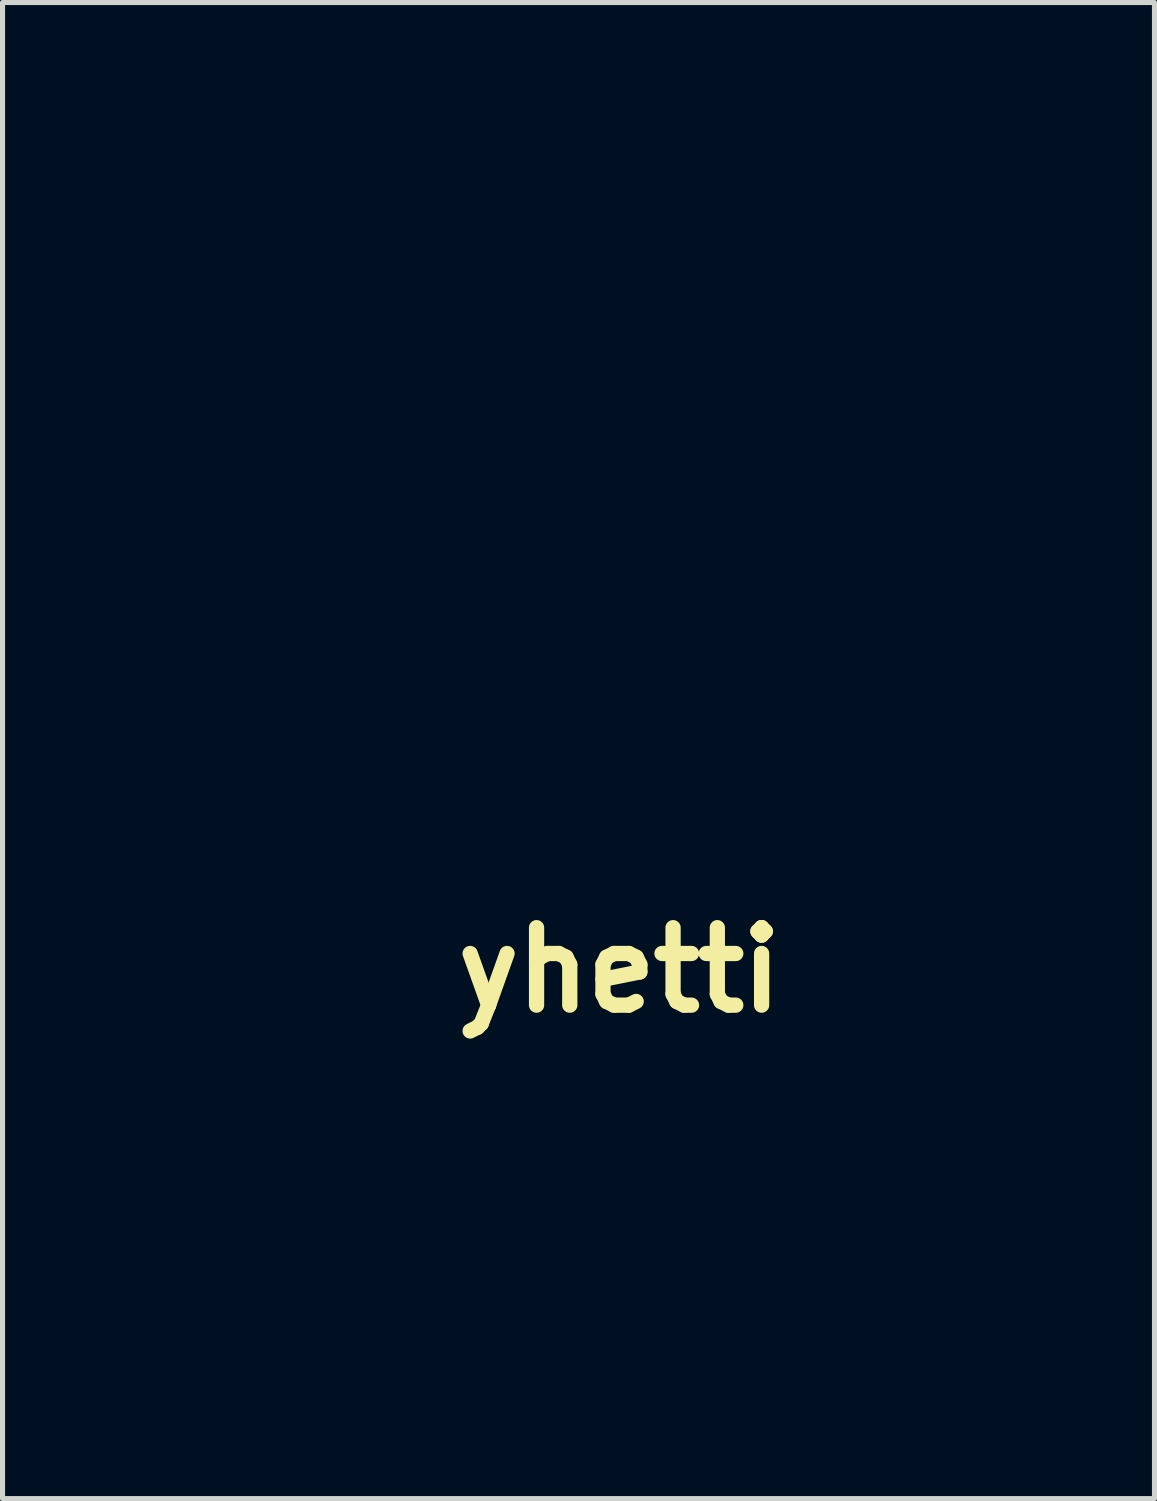
<source format=kicad_pcb>
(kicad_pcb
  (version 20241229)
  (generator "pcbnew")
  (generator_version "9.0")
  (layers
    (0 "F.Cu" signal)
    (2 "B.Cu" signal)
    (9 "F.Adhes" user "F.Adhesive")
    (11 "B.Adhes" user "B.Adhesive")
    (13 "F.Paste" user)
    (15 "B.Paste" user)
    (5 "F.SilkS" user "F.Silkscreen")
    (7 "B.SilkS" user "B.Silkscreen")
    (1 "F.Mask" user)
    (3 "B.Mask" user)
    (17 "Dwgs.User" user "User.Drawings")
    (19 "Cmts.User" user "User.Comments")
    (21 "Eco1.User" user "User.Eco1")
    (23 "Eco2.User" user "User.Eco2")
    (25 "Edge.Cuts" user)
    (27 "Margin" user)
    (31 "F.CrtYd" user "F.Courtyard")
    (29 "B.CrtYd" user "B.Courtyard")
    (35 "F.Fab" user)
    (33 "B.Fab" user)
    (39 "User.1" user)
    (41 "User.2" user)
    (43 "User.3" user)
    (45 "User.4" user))
  (footprint "yhetti"
    (layer "F.Cu")
    (at 9.137 16.032)
    (property "Reference" "yhetti" (at 0 0 0) (layer "F.SilkS") (effects (font (size 1.524 1.524) (thickness 0.3))))
    (attr through_hole)
    (fp_poly (pts (xy -8.558 3.916) (xy -8.539 3.926) (xy -8.514 3.947) (xy -8.48 3.982) (xy -8.435 4.034) (xy -8.426 4.045) (xy -8.331 4.151) (xy -8.246 4.239) (xy -8.167 4.311) (xy -8.09 4.369) (xy -8.011 4.418) (xy -7.928 4.46) (xy -7.843 4.494) (xy -7.544 4.596) (xy -7.235 4.684) (xy -6.912 4.76) (xy -6.571 4.823) (xy -6.391 4.851) (xy -6.251 4.871) (xy -6.121 4.888) (xy -6 4.904) (xy -5.884 4.917) (xy -5.771 4.928) (xy -5.657 4.938) (xy -5.541 4.946) (xy -5.42 4.953) (xy -5.29 4.959) (xy -5.149 4.964) (xy -4.995 4.968) (xy -4.823 4.971) (xy -4.633 4.974) (xy -4.421 4.976) (xy -4.361 4.976) (xy -3.51 4.985) (xy -3.448 5.023) (xy -3.388 5.074) (xy -3.345 5.142) (xy -3.321 5.222) (xy -3.318 5.242) (xy -3.324 5.309) (xy -3.35 5.376) (xy -3.392 5.438) (xy -3.44 5.48) (xy -3.495 5.518) (xy -3.916 5.52) (xy -4.036 5.52) (xy -4.165 5.519) (xy -4.297 5.518) (xy -4.424 5.516) (xy -4.54 5.514) (xy -4.638 5.512) (xy -4.648 5.511) (xy -4.982 5.498) (xy -5.301 5.479) (xy -5.604 5.455) (xy -5.888 5.426) (xy -6.151 5.392) (xy -6.318 5.365) (xy -6.572 5.314) (xy -6.836 5.245) (xy -7.104 5.159) (xy -7.37 5.059) (xy -7.624 4.948) (xy -7.788 4.862) (xy -7.943 4.759) (xy -8.093 4.638) (xy -8.238 4.497) (xy -8.381 4.334) (xy -8.524 4.147) (xy -8.533 4.134) (xy -8.579 4.066) (xy -8.609 4.014) (xy -8.623 3.976) (xy -8.621 3.948) (xy -8.605 3.929) (xy -8.593 3.923) (xy -8.575 3.916) (xy -8.558 3.916)) (stroke (width 0.01) (type solid)) (fill yes) (layer "F.Mask"))
    (fp_poly (pts (xy -7.266 1.501) (xy -7.249 1.513) (xy -7.235 1.537) (xy -7.221 1.577) (xy -7.207 1.636) (xy -7.183 1.713) (xy -7.149 1.78) (xy -7.101 1.839) (xy -7.037 1.89) (xy -6.956 1.935) (xy -6.854 1.978) (xy -6.73 2.019) (xy -6.706 2.026) (xy -6.628 2.049) (xy -6.536 2.078) (xy -6.439 2.11) (xy -6.345 2.142) (xy -6.299 2.158) (xy -6.164 2.206) (xy -6.049 2.247) (xy -5.95 2.282) (xy -5.864 2.312) (xy -5.787 2.339) (xy -5.715 2.363) (xy -5.644 2.387) (xy -5.571 2.411) (xy -5.491 2.437) (xy -5.417 2.461) (xy -5.275 2.507) (xy -5.153 2.545) (xy -5.049 2.578) (xy -4.958 2.605) (xy -4.877 2.628) (xy -4.803 2.648) (xy -4.732 2.665) (xy -4.66 2.682) (xy -4.584 2.698) (xy -4.516 2.712) (xy -4.367 2.739) (xy -4.21 2.763) (xy -4.042 2.784) (xy -3.861 2.802) (xy -3.662 2.818) (xy -3.444 2.832) (xy -3.207 2.843) (xy -3.121 2.848) (xy -3.057 2.852) (xy -3.01 2.857) (xy -2.975 2.863) (xy -2.948 2.87) (xy -2.927 2.88) (xy -2.862 2.926) (xy -2.816 2.984) (xy -2.789 3.05) (xy -2.781 3.119) (xy -2.792 3.188) (xy -2.823 3.253) (xy -2.873 3.308) (xy -2.924 3.341) (xy -2.951 3.353) (xy -2.982 3.36) (xy -3.025 3.363) (xy -3.085 3.364) (xy -3.108 3.364) (xy -3.18 3.362) (xy -3.257 3.358) (xy -3.326 3.354) (xy -3.353 3.351) (xy -3.403 3.346) (xy -3.471 3.34) (xy -3.551 3.333) (xy -3.634 3.325) (xy -3.683 3.321) (xy -3.983 3.289) (xy -4.266 3.249) (xy -4.531 3.202) (xy -4.775 3.147) (xy -4.969 3.093) (xy -5.214 3.014) (xy -5.456 2.929) (xy -5.691 2.837) (xy -5.918 2.741) (xy -6.133 2.641) (xy -6.334 2.54) (xy -6.519 2.437) (xy -6.685 2.335) (xy -6.829 2.234) (xy -6.877 2.196) (xy -6.931 2.154) (xy -6.987 2.11) (xy -7.036 2.071) (xy -7.052 2.059) (xy -7.123 1.999) (xy -7.188 1.934) (xy -7.243 1.868) (xy -7.281 1.808) (xy -7.283 1.805) (xy -7.3 1.762) (xy -7.319 1.707) (xy -7.334 1.65) (xy -7.334 1.649) (xy -7.345 1.584) (xy -7.346 1.54) (xy -7.334 1.513) (xy -7.31 1.5) (xy -7.29 1.499) (xy -7.266 1.501)) (stroke (width 0.01) (type solid)) (fill yes) (layer "F.Mask"))
    (fp_poly (pts (xy -5.679 0.161) (xy -5.646 0.184) (xy -5.605 0.224) (xy -5.55 0.281) (xy -5.543 0.289) (xy -5.425 0.416) (xy -5.322 0.526) (xy -5.234 0.619) (xy -5.157 0.696) (xy -5.091 0.76) (xy -5.035 0.811) (xy -4.987 0.852) (xy -4.946 0.882) (xy -4.94 0.886) (xy -4.915 0.904) (xy -4.872 0.935) (xy -4.814 0.978) (xy -4.743 1.03) (xy -4.663 1.09) (xy -4.576 1.155) (xy -4.484 1.224) (xy -4.458 1.244) (xy -4.332 1.339) (xy -4.225 1.42) (xy -4.135 1.488) (xy -4.058 1.545) (xy -3.993 1.592) (xy -3.938 1.631) (xy -3.891 1.662) (xy -3.849 1.688) (xy -3.811 1.71) (xy -3.775 1.728) (xy -3.739 1.745) (xy -3.7 1.762) (xy -3.656 1.78) (xy -3.639 1.787) (xy -3.588 1.808) (xy -3.542 1.826) (xy -3.498 1.842) (xy -3.451 1.859) (xy -3.4 1.876) (xy -3.34 1.896) (xy -3.268 1.918) (xy -3.181 1.945) (xy -3.075 1.977) (xy -2.978 2.006) (xy -2.896 2.031) (xy -2.809 2.058) (xy -2.727 2.083) (xy -2.656 2.105) (xy -2.635 2.112) (xy -2.562 2.135) (xy -2.477 2.16) (xy -2.392 2.184) (xy -2.343 2.197) (xy -2.268 2.218) (xy -2.186 2.241) (xy -2.108 2.263) (xy -2.064 2.276) (xy -1.929 2.315) (xy -1.796 2.351) (xy -1.661 2.385) (xy -1.522 2.417) (xy -1.375 2.447) (xy -1.218 2.477) (xy -1.049 2.507) (xy -0.863 2.537) (xy -0.658 2.569) (xy -0.432 2.601) (xy -0.369 2.61) (xy -0.303 2.618) (xy -0.221 2.624) (xy -0.136 2.628) (xy -0.063 2.629) (xy 0.009 2.629) (xy 0.06 2.631) (xy 0.095 2.634) (xy 0.118 2.64) (xy 0.135 2.648) (xy 0.141 2.653) (xy 0.161 2.674) (xy 0.163 2.697) (xy 0.158 2.713) (xy 0.145 2.75) (xy -0.071 2.753) (xy -0.142 2.754) (xy -0.205 2.754) (xy -0.253 2.753) (xy -0.284 2.752) (xy -0.293 2.751) (xy -0.308 2.747) (xy -0.344 2.741) (xy -0.396 2.735) (xy -0.461 2.727) (xy -0.533 2.72) (xy -0.609 2.713) (xy -0.683 2.707) (xy -0.753 2.701) (xy -0.8 2.698) (xy -1.042 2.681) (xy -1.28 2.655) (xy -1.508 2.621) (xy -1.72 2.58) (xy -1.867 2.545) (xy -1.929 2.528) (xy -2.012 2.504) (xy -2.111 2.474) (xy -2.224 2.438) (xy -2.348 2.399) (xy -2.478 2.357) (xy -2.612 2.314) (xy -2.747 2.27) (xy -2.879 2.226) (xy -3.006 2.183) (xy -3.123 2.144) (xy -3.228 2.107) (xy -3.317 2.076) (xy -3.388 2.05) (xy -3.423 2.036) (xy -3.532 1.989) (xy -3.644 1.938) (xy -3.752 1.886) (xy -3.85 1.835) (xy -3.932 1.787) (xy -3.965 1.767) (xy -3.997 1.745) (xy -4.046 1.71) (xy -4.109 1.664) (xy -4.184 1.609) (xy -4.268 1.546) (xy -4.359 1.478) (xy -4.453 1.408) (xy -4.479 1.388) (xy -4.571 1.318) (xy -4.66 1.251) (xy -4.742 1.19) (xy -4.815 1.135) (xy -4.876 1.09) (xy -4.923 1.055) (xy -4.953 1.033) (xy -4.959 1.029) (xy -5.019 0.988) (xy -5.077 0.942) (xy -5.137 0.891) (xy -5.202 0.83) (xy -5.275 0.757) (xy -5.359 0.67) (xy -5.432 0.593) (xy -5.519 0.499) (xy -5.591 0.422) (xy -5.648 0.359) (xy -5.693 0.31) (xy -5.725 0.272) (xy -5.747 0.244) (xy -5.76 0.223) (xy -5.766 0.208) (xy -5.766 0.196) (xy -5.76 0.187) (xy -5.752 0.178) (xy -5.746 0.172) (xy -5.725 0.157) (xy -5.704 0.152) (xy -5.679 0.161)) (stroke (width 0.01) (type solid)) (fill yes) (layer "F.Mask"))
    (fp_poly (pts (xy -1.73 -9.174) (xy -1.697 -9.156) (xy -1.671 -9.12) (xy -1.664 -9.077) (xy -1.676 -9.033) (xy -1.686 -9.019) (xy -1.706 -9.005) (xy -1.744 -8.985) (xy -1.796 -8.96) (xy -1.857 -8.935) (xy -1.873 -8.928) (xy -2.131 -8.819) (xy -2.388 -8.695) (xy -2.641 -8.559) (xy -2.887 -8.414) (xy -3.123 -8.26) (xy -3.344 -8.101) (xy -3.549 -7.938) (xy -3.732 -7.774) (xy -3.797 -7.71) (xy -3.88 -7.62) (xy -3.943 -7.536) (xy -3.989 -7.452) (xy -4.02 -7.362) (xy -4.039 -7.261) (xy -4.047 -7.181) (xy -4.049 -7.108) (xy -4.043 -7.044) (xy -4.028 -6.982) (xy -4.001 -6.914) (xy -3.972 -6.853) (xy -3.929 -6.785) (xy -3.87 -6.717) (xy -3.802 -6.655) (xy -3.729 -6.604) (xy -3.658 -6.567) (xy -3.618 -6.554) (xy -3.588 -6.55) (xy -3.537 -6.547) (xy -3.468 -6.545) (xy -3.385 -6.543) (xy -3.292 -6.542) (xy -3.194 -6.541) (xy -3.093 -6.541) (xy -2.993 -6.542) (xy -2.9 -6.543) (xy -2.815 -6.545) (xy -2.744 -6.548) (xy -2.69 -6.551) (xy -2.663 -6.554) (xy -2.563 -6.572) (xy -2.473 -6.593) (xy -2.39 -6.621) (xy -2.307 -6.657) (xy -2.219 -6.704) (xy -2.122 -6.763) (xy -2.04 -6.817) (xy -1.928 -6.896) (xy -1.831 -6.976) (xy -1.75 -7.053) (xy -1.69 -7.125) (xy -1.66 -7.171) (xy -1.634 -7.225) (xy -1.613 -7.28) (xy -1.598 -7.34) (xy -1.587 -7.408) (xy -1.58 -7.489) (xy -1.576 -7.588) (xy -1.575 -7.707) (xy -1.575 -7.716) (xy -1.576 -7.844) (xy -1.58 -7.95) (xy -1.586 -8.037) (xy -1.596 -8.11) (xy -1.61 -8.172) (xy -1.628 -8.226) (xy -1.637 -8.249) (xy -1.662 -8.306) (xy -1.771 -8.306) (xy -1.88 -8.301) (xy -2.004 -8.287) (xy -2.137 -8.265) (xy -2.272 -8.237) (xy -2.401 -8.204) (xy -2.516 -8.168) (xy -2.559 -8.152) (xy -2.638 -8.119) (xy -2.732 -8.074) (xy -2.833 -8.022) (xy -2.937 -7.966) (xy -3.035 -7.909) (xy -3.123 -7.855) (xy -3.149 -7.838) (xy -3.213 -7.792) (xy -3.259 -7.751) (xy -3.291 -7.71) (xy -3.295 -7.703) (xy -3.312 -7.675) (xy -3.323 -7.65) (xy -3.33 -7.622) (xy -3.333 -7.584) (xy -3.334 -7.531) (xy -3.334 -7.5) (xy -3.333 -7.427) (xy -3.328 -7.371) (xy -3.319 -7.321) (xy -3.305 -7.27) (xy -3.304 -7.268) (xy -3.279 -7.202) (xy -3.254 -7.157) (xy -3.223 -7.129) (xy -3.183 -7.112) (xy -3.142 -7.105) (xy -3.062 -7.1) (xy -2.965 -7.101) (xy -2.859 -7.108) (xy -2.75 -7.119) (xy -2.646 -7.135) (xy -2.556 -7.155) (xy -2.527 -7.163) (xy -2.468 -7.184) (xy -2.408 -7.214) (xy -2.353 -7.247) (xy -2.308 -7.281) (xy -2.279 -7.311) (xy -2.273 -7.322) (xy -2.269 -7.347) (xy -2.265 -7.391) (xy -2.263 -7.449) (xy -2.262 -7.515) (xy -2.262 -7.582) (xy -2.264 -7.645) (xy -2.266 -7.699) (xy -2.27 -7.737) (xy -2.272 -7.747) (xy -2.279 -7.764) (xy -2.292 -7.774) (xy -2.316 -7.779) (xy -2.36 -7.782) (xy -2.366 -7.783) (xy -2.43 -7.781) (xy -2.502 -7.771) (xy -2.578 -7.753) (xy -2.639 -7.737) (xy -2.68 -7.729) (xy -2.706 -7.728) (xy -2.722 -7.733) (xy -2.724 -7.735) (xy -2.742 -7.761) (xy -2.735 -7.791) (xy -2.732 -7.796) (xy -2.712 -7.81) (xy -2.672 -7.826) (xy -2.618 -7.842) (xy -2.554 -7.858) (xy -2.487 -7.871) (xy -2.421 -7.88) (xy -2.387 -7.882) (xy -2.331 -7.886) (xy -2.293 -7.886) (xy -2.268 -7.882) (xy -2.249 -7.874) (xy -2.23 -7.86) (xy -2.228 -7.858) (xy -2.195 -7.818) (xy -2.175 -7.763) (xy -2.174 -7.76) (xy -2.168 -7.717) (xy -2.163 -7.657) (xy -2.16 -7.586) (xy -2.159 -7.511) (xy -2.161 -7.439) (xy -2.164 -7.376) (xy -2.169 -7.328) (xy -2.172 -7.312) (xy -2.198 -7.261) (xy -2.245 -7.21) (xy -2.309 -7.16) (xy -2.386 -7.115) (xy -2.473 -7.078) (xy -2.546 -7.055) (xy -2.635 -7.036) (xy -2.733 -7.021) (xy -2.836 -7.011) (xy -2.939 -7.005) (xy -3.037 -7.004) (xy -3.125 -7.008) (xy -3.198 -7.017) (xy -3.249 -7.03) (xy -3.299 -7.063) (xy -3.343 -7.117) (xy -3.379 -7.189) (xy -3.407 -7.274) (xy -3.426 -7.37) (xy -3.433 -7.473) (xy -3.429 -7.578) (xy -3.428 -7.589) (xy -3.417 -7.659) (xy -3.4 -7.717) (xy -3.372 -7.768) (xy -3.332 -7.816) (xy -3.277 -7.865) (xy -3.202 -7.918) (xy -3.165 -7.943) (xy -3.089 -7.991) (xy -2.998 -8.043) (xy -2.901 -8.097) (xy -2.803 -8.148) (xy -2.71 -8.193) (xy -2.63 -8.23) (xy -2.603 -8.241) (xy -2.493 -8.279) (xy -2.365 -8.315) (xy -2.225 -8.347) (xy -2.081 -8.373) (xy -1.939 -8.392) (xy -1.829 -8.402) (xy -1.746 -8.405) (xy -1.684 -8.403) (xy -1.638 -8.393) (xy -1.605 -8.375) (xy -1.579 -8.346) (xy -1.557 -8.305) (xy -1.556 -8.303) (xy -1.534 -8.252) (xy -1.517 -8.204) (xy -1.503 -8.153) (xy -1.494 -8.097) (xy -1.487 -8.032) (xy -1.483 -7.953) (xy -1.481 -7.857) (xy -1.48 -7.739) (xy -1.48 -7.734) (xy -1.48 -7.618) (xy -1.482 -7.524) (xy -1.485 -7.447) (xy -1.491 -7.383) (xy -1.499 -7.33) (xy -1.511 -7.281) (xy -1.527 -7.235) (xy -1.548 -7.187) (xy -1.563 -7.153) (xy -1.602 -7.083) (xy -1.651 -7.016) (xy -1.712 -6.95) (xy -1.787 -6.882) (xy -1.881 -6.81) (xy -1.994 -6.731) (xy -2.104 -6.66) (xy -2.2 -6.603) (xy -2.287 -6.559) (xy -2.37 -6.524) (xy -2.455 -6.497) (xy -2.548 -6.477) (xy -2.652 -6.46) (xy -2.667 -6.458) (xy -2.724 -6.452) (xy -2.8 -6.447) (xy -2.89 -6.443) (xy -2.989 -6.441) (xy -3.095 -6.44) (xy -3.201 -6.439) (xy -3.305 -6.44) (xy -3.403 -6.442) (xy -3.489 -6.446) (xy -3.56 -6.45) (xy -3.612 -6.455) (xy -3.629 -6.458) (xy -3.716 -6.488) (xy -3.794 -6.532) (xy -3.898 -6.609) (xy -3.981 -6.693) (xy -4.047 -6.789) (xy -4.102 -6.903) (xy -4.11 -6.921) (xy -4.124 -6.959) (xy -4.134 -6.991) (xy -4.14 -7.024) (xy -4.144 -7.062) (xy -4.146 -7.111) (xy -4.146 -7.178) (xy -4.146 -7.214) (xy -4.143 -7.32) (xy -4.135 -7.412) (xy -4.119 -7.493) (xy -4.094 -7.567) (xy -4.058 -7.638) (xy -4.009 -7.71) (xy -3.945 -7.787) (xy -3.863 -7.873) (xy -3.806 -7.931) (xy -3.602 -8.121) (xy -3.38 -8.305) (xy -3.145 -8.481) (xy -2.901 -8.645) (xy -2.653 -8.794) (xy -2.406 -8.925) (xy -2.235 -9.004) (xy -2.152 -9.04) (xy -2.067 -9.074) (xy -1.986 -9.106) (xy -1.911 -9.135) (xy -1.848 -9.158) (xy -1.798 -9.174) (xy -1.767 -9.182) (xy -1.761 -9.182) (xy -1.73 -9.174)) (stroke (width 0.01) (type solid)) (fill yes) (layer "F.Mask"))
    (fp_poly (pts (xy 2.469 -8.81) (xy 2.477 -8.803) (xy 2.507 -8.779) (xy 2.461 -8.703) (xy 2.434 -8.659) (xy 2.412 -8.617) (xy 2.4 -8.59) (xy 2.386 -8.537) (xy 2.376 -8.458) (xy 2.37 -8.356) (xy 2.368 -8.23) (xy 2.37 -8.081) (xy 2.371 -8.049) (xy 2.379 -7.76) (xy 2.63 -7.76) (xy 2.774 -7.847) (xy 2.835 -7.885) (xy 2.91 -7.934) (xy 2.989 -7.988) (xy 3.066 -8.042) (xy 3.1 -8.067) (xy 3.204 -8.142) (xy 3.293 -8.203) (xy 3.369 -8.254) (xy 3.439 -8.296) (xy 3.506 -8.332) (xy 3.574 -8.364) (xy 3.647 -8.395) (xy 3.73 -8.427) (xy 3.746 -8.433) (xy 3.815 -8.455) (xy 3.864 -8.465) (xy 3.895 -8.461) (xy 3.908 -8.444) (xy 3.909 -8.424) (xy 3.906 -8.41) (xy 3.896 -8.397) (xy 3.876 -8.384) (xy 3.843 -8.368) (xy 3.793 -8.346) (xy 3.74 -8.325) (xy 3.672 -8.298) (xy 3.605 -8.269) (xy 3.546 -8.242) (xy 3.502 -8.221) (xy 3.499 -8.219) (xy 3.471 -8.202) (xy 3.427 -8.174) (xy 3.371 -8.136) (xy 3.305 -8.091) (xy 3.234 -8.042) (xy 3.16 -7.99) (xy 3.088 -7.939) (xy 3.021 -7.891) (xy 2.962 -7.849) (xy 2.914 -7.813) (xy 2.882 -7.789) (xy 2.871 -7.779) (xy 2.868 -7.773) (xy 2.873 -7.769) (xy 2.889 -7.766) (xy 2.917 -7.765) (xy 2.962 -7.764) (xy 3.024 -7.764) (xy 3.108 -7.765) (xy 3.188 -7.767) (xy 3.388 -7.771) (xy 3.565 -7.776) (xy 3.721 -7.781) (xy 3.858 -7.786) (xy 3.979 -7.793) (xy 4.085 -7.8) (xy 4.179 -7.809) (xy 4.263 -7.82) (xy 4.339 -7.832) (xy 4.409 -7.847) (xy 4.477 -7.864) (xy 4.543 -7.883) (xy 4.61 -7.905) (xy 4.655 -7.921) (xy 4.732 -7.947) (xy 4.79 -7.964) (xy 4.833 -7.972) (xy 4.864 -7.971) (xy 4.889 -7.961) (xy 4.908 -7.946) (xy 4.935 -7.904) (xy 4.939 -7.859) (xy 4.92 -7.816) (xy 4.911 -7.806) (xy 4.885 -7.788) (xy 4.839 -7.766) (xy 4.777 -7.741) (xy 4.704 -7.714) (xy 4.625 -7.688) (xy 4.544 -7.664) (xy 4.467 -7.643) (xy 4.445 -7.638) (xy 4.378 -7.624) (xy 4.308 -7.612) (xy 4.234 -7.601) (xy 4.152 -7.593) (xy 4.061 -7.586) (xy 3.959 -7.58) (xy 3.842 -7.576) (xy 3.709 -7.573) (xy 3.558 -7.571) (xy 3.386 -7.57) (xy 3.209 -7.569) (xy 2.526 -7.569) (xy 2.457 -7.525) (xy 2.388 -7.481) (xy 2.388 -7.316) (xy 2.473 -7.248) (xy 2.561 -7.171) (xy 2.651 -7.081) (xy 2.735 -6.987) (xy 2.799 -6.902) (xy 2.835 -6.854) (xy 2.871 -6.806) (xy 2.901 -6.77) (xy 2.905 -6.765) (xy 2.934 -6.724) (xy 2.944 -6.69) (xy 2.934 -6.667) (xy 2.91 -6.657) (xy 2.893 -6.657) (xy 2.875 -6.663) (xy 2.854 -6.679) (xy 2.827 -6.707) (xy 2.792 -6.75) (xy 2.746 -6.809) (xy 2.724 -6.839) (xy 2.672 -6.905) (xy 2.618 -6.969) (xy 2.565 -7.028) (xy 2.515 -7.08) (xy 2.47 -7.122) (xy 2.435 -7.15) (xy 2.41 -7.164) (xy 2.4 -7.162) (xy 2.396 -7.144) (xy 2.392 -7.105) (xy 2.39 -7.049) (xy 2.388 -6.982) (xy 2.387 -6.921) (xy 2.386 -6.809) (xy 2.381 -6.703) (xy 2.374 -6.606) (xy 2.365 -6.521) (xy 2.355 -6.452) (xy 2.343 -6.402) (xy 2.33 -6.375) (xy 2.329 -6.374) (xy 2.296 -6.353) (xy 2.258 -6.355) (xy 2.23 -6.375) (xy 2.222 -6.385) (xy 2.217 -6.398) (xy 2.214 -6.419) (xy 2.213 -6.45) (xy 2.214 -6.496) (xy 2.218 -6.561) (xy 2.222 -6.632) (xy 2.227 -6.729) (xy 2.231 -6.841) (xy 2.233 -6.955) (xy 2.233 -7.061) (xy 2.233 -7.099) (xy 2.231 -7.183) (xy 2.229 -7.245) (xy 2.226 -7.288) (xy 2.223 -7.314) (xy 2.218 -7.328) (xy 2.211 -7.333) (xy 2.21 -7.333) (xy 2.193 -7.325) (xy 2.161 -7.304) (xy 2.117 -7.274) (xy 2.065 -7.237) (xy 2.048 -7.224) (xy 1.98 -7.175) (xy 1.903 -7.122) (xy 1.826 -7.073) (xy 1.767 -7.037) (xy 1.707 -7.004) (xy 1.665 -6.982) (xy 1.637 -6.97) (xy 1.617 -6.967) (xy 1.603 -6.971) (xy 1.601 -6.972) (xy 1.578 -6.994) (xy 1.578 -7.02) (xy 1.602 -7.049) (xy 1.634 -7.071) (xy 1.702 -7.113) (xy 1.775 -7.16) (xy 1.847 -7.209) (xy 1.918 -7.259) (xy 1.983 -7.307) (xy 2.039 -7.351) (xy 2.084 -7.388) (xy 2.115 -7.417) (xy 2.128 -7.435) (xy 2.128 -7.438) (xy 2.118 -7.455) (xy 2.098 -7.486) (xy 2.078 -7.515) (xy 2.044 -7.562) (xy 2.173 -7.562) (xy 2.185 -7.531) (xy 2.185 -7.529) (xy 2.205 -7.51) (xy 2.227 -7.511) (xy 2.24 -7.532) (xy 2.242 -7.544) (xy 2.236 -7.568) (xy 2.214 -7.578) (xy 2.207 -7.58) (xy 2.18 -7.578) (xy 2.173 -7.562) (xy 2.044 -7.562) (xy 2.032 -7.578) (xy 1.908 -7.586) (xy 1.838 -7.59) (xy 1.761 -7.593) (xy 1.692 -7.595) (xy 1.676 -7.595) (xy 1.614 -7.597) (xy 1.54 -7.6) (xy 1.459 -7.606) (xy 1.375 -7.612) (xy 1.292 -7.62) (xy 1.214 -7.628) (xy 1.145 -7.636) (xy 1.09 -7.644) (xy 1.052 -7.652) (xy 1.036 -7.657) (xy 1.019 -7.685) (xy 1.019 -7.719) (xy 1.034 -7.746) (xy 1.046 -7.751) (xy 1.07 -7.754) (xy 1.108 -7.756) (xy 1.163 -7.757) (xy 1.237 -7.757) (xy 1.331 -7.756) (xy 1.448 -7.753) (xy 1.493 -7.753) (xy 1.934 -7.743) (xy 1.927 -7.774) (xy 1.905 -7.876) (xy 1.884 -7.959) (xy 1.864 -8.025) (xy 1.842 -8.081) (xy 1.816 -8.13) (xy 1.783 -8.177) (xy 1.741 -8.227) (xy 1.688 -8.285) (xy 1.667 -8.307) (xy 1.621 -8.356) (xy 1.583 -8.399) (xy 1.554 -8.433) (xy 1.539 -8.453) (xy 1.537 -8.457) (xy 1.546 -8.477) (xy 1.567 -8.498) (xy 1.587 -8.509) (xy 1.59 -8.509) (xy 1.606 -8.5) (xy 1.635 -8.476) (xy 1.673 -8.441) (xy 1.716 -8.399) (xy 1.76 -8.353) (xy 1.802 -8.307) (xy 1.837 -8.266) (xy 1.841 -8.261) (xy 1.902 -8.176) (xy 1.945 -8.093) (xy 1.976 -8.002) (xy 1.988 -7.95) (xy 2 -7.894) (xy 2.014 -7.843) (xy 2.028 -7.804) (xy 2.03 -7.798) (xy 2.042 -7.774) (xy 2.056 -7.761) (xy 2.077 -7.754) (xy 2.114 -7.751) (xy 2.139 -7.75) (xy 2.184 -7.749) (xy 2.219 -7.752) (xy 2.237 -7.756) (xy 2.237 -7.757) (xy 2.24 -7.772) (xy 2.244 -7.809) (xy 2.248 -7.865) (xy 2.252 -7.936) (xy 2.256 -8.02) (xy 2.259 -8.113) (xy 2.26 -8.135) (xy 2.265 -8.269) (xy 2.271 -8.38) (xy 2.277 -8.467) (xy 2.284 -8.53) (xy 2.29 -8.568) (xy 2.315 -8.637) (xy 2.348 -8.705) (xy 2.386 -8.764) (xy 2.413 -8.794) (xy 2.436 -8.815) (xy 2.451 -8.82) (xy 2.469 -8.81)) (stroke (width 0.01) (type solid)) (fill yes) (layer "F.Mask"))
    (fp_poly (pts (xy -0.179 -6.177) (xy -0.164 -6.135) (xy -0.156 -6.077) (xy -0.149 -5.991) (xy -0.093 -5.967) (xy -0.024 -5.943) (xy 0.07 -5.922) (xy 0.186 -5.904) (xy 0.325 -5.888) (xy 0.486 -5.876) (xy 0.666 -5.867) (xy 0.845 -5.862) (xy 0.944 -5.859) (xy 1.042 -5.857) (xy 1.133 -5.854) (xy 1.213 -5.852) (xy 1.277 -5.849) (xy 1.317 -5.847) (xy 1.433 -5.84) (xy 1.422 -5.889) (xy 1.411 -5.952) (xy 1.414 -5.994) (xy 1.429 -6.015) (xy 1.43 -6.016) (xy 1.457 -6.017) (xy 1.481 -5.999) (xy 1.503 -5.958) (xy 1.517 -5.917) (xy 1.543 -5.836) (xy 1.714 -5.82) (xy 1.812 -5.81) (xy 1.898 -5.798) (xy 1.978 -5.783) (xy 2.059 -5.763) (xy 2.148 -5.737) (xy 2.253 -5.703) (xy 2.278 -5.695) (xy 2.444 -5.631) (xy 2.587 -5.559) (xy 2.71 -5.476) (xy 2.814 -5.383) (xy 2.901 -5.277) (xy 2.913 -5.26) (xy 2.948 -5.204) (xy 2.974 -5.157) (xy 2.993 -5.111) (xy 3.004 -5.062) (xy 3.01 -5.002) (xy 3.014 -4.927) (xy 3.014 -4.87) (xy 3.015 -4.797) (xy 3.014 -4.744) (xy 3.012 -4.705) (xy 3.008 -4.677) (xy 3 -4.654) (xy 2.989 -4.63) (xy 2.979 -4.613) (xy 2.951 -4.565) (xy 2.922 -4.524) (xy 2.888 -4.485) (xy 2.847 -4.448) (xy 2.795 -4.408) (xy 2.729 -4.364) (xy 2.646 -4.311) (xy 2.586 -4.274) (xy 2.529 -4.243) (xy 2.47 -4.212) (xy 2.418 -4.189) (xy 2.408 -4.185) (xy 2.358 -4.164) (xy 2.297 -4.139) (xy 2.237 -4.112) (xy 2.23 -4.109) (xy 2.177 -4.087) (xy 2.108 -4.063) (xy 2.033 -4.04) (xy 1.97 -4.024) (xy 1.881 -4.002) (xy 1.813 -3.986) (xy 1.765 -3.973) (xy 1.732 -3.963) (xy 1.712 -3.955) (xy 1.701 -3.947) (xy 1.698 -3.939) (xy 1.698 -3.929) (xy 1.699 -3.921) (xy 1.705 -3.892) (xy 1.717 -3.849) (xy 1.732 -3.798) (xy 1.734 -3.791) (xy 1.751 -3.732) (xy 1.757 -3.691) (xy 1.753 -3.665) (xy 1.731 -3.639) (xy 1.698 -3.628) (xy 1.662 -3.636) (xy 1.65 -3.643) (xy 1.634 -3.668) (xy 1.615 -3.715) (xy 1.596 -3.782) (xy 1.594 -3.79) (xy 1.58 -3.843) (xy 1.568 -3.886) (xy 1.56 -3.914) (xy 1.557 -3.921) (xy 1.542 -3.923) (xy 1.505 -3.921) (xy 1.451 -3.917) (xy 1.382 -3.911) (xy 1.304 -3.903) (xy 1.218 -3.894) (xy 1.13 -3.884) (xy 1.043 -3.873) (xy 0.96 -3.862) (xy 0.886 -3.851) (xy 0.824 -3.841) (xy 0.819 -3.841) (xy 0.789 -3.836) (xy 0.752 -3.832) (xy 0.707 -3.829) (xy 0.65 -3.826) (xy 0.581 -3.823) (xy 0.497 -3.821) (xy 0.396 -3.819) (xy 0.275 -3.817) (xy 0.134 -3.816) (xy -0.031 -3.814) (xy -0.038 -3.814) (xy -0.258 -3.812) (xy -0.454 -3.811) (xy -0.63 -3.812) (xy -0.789 -3.813) (xy -0.931 -3.815) (xy -1.061 -3.819) (xy -1.18 -3.825) (xy -1.291 -3.832) (xy -1.397 -3.841) (xy -1.499 -3.852) (xy -1.601 -3.865) (xy -1.704 -3.88) (xy -1.812 -3.897) (xy -1.927 -3.917) (xy -1.93 -3.918) (xy -2.072 -3.943) (xy -2.19 -3.963) (xy -2.283 -3.979) (xy -2.354 -3.989) (xy -2.402 -3.995) (xy -2.429 -3.996) (xy -2.434 -3.995) (xy -2.455 -3.995) (xy -2.488 -4.003) (xy -2.498 -4.006) (xy -2.532 -4.016) (xy -2.583 -4.028) (xy -2.641 -4.04) (xy -2.667 -4.045) (xy -2.728 -4.056) (xy -2.789 -4.069) (xy -2.837 -4.082) (xy -2.851 -4.086) (xy -2.905 -4.106) (xy -2.973 -4.136) (xy -3.051 -4.174) (xy -3.131 -4.216) (xy -3.208 -4.258) (xy -3.276 -4.298) (xy -3.315 -4.324) (xy -3.365 -4.357) (xy -3.43 -4.396) (xy -3.5 -4.436) (xy -3.557 -4.467) (xy -3.629 -4.506) (xy -3.705 -4.549) (xy -3.779 -4.592) (xy -3.849 -4.635) (xy -3.91 -4.674) (xy -3.957 -4.706) (xy -3.987 -4.73) (xy -3.993 -4.736) (xy -4.023 -4.784) (xy -4.043 -4.849) (xy -4.051 -4.925) (xy -4.051 -4.929) (xy -4.052 -4.971) (xy -4.058 -4.994) (xy -4.068 -5.004) (xy -3.964 -5.004) (xy -3.955 -4.924) (xy -3.948 -4.877) (xy -3.937 -4.837) (xy -3.929 -4.816) (xy -3.904 -4.79) (xy -3.857 -4.754) (xy -3.788 -4.71) (xy -3.7 -4.658) (xy -3.593 -4.598) (xy -3.55 -4.575) (xy -3.48 -4.537) (xy -3.41 -4.497) (xy -3.346 -4.459) (xy -3.296 -4.427) (xy -3.283 -4.418) (xy -3.231 -4.385) (xy -3.167 -4.347) (xy -3.094 -4.307) (xy -3.02 -4.268) (xy -2.948 -4.232) (xy -2.884 -4.203) (xy -2.835 -4.183) (xy -2.819 -4.177) (xy -2.779 -4.167) (xy -2.725 -4.155) (xy -2.666 -4.142) (xy -2.654 -4.14) (xy -2.606 -4.13) (xy -2.568 -4.122) (xy -2.547 -4.117) (xy -2.544 -4.116) (xy -2.532 -4.119) (xy -2.522 -4.123) (xy -2.517 -4.127) (xy -2.512 -4.137) (xy -2.509 -4.156) (xy -2.506 -4.185) (xy -2.504 -4.228) (xy -2.503 -4.286) (xy -2.502 -4.362) (xy -2.502 -4.46) (xy -2.502 -4.567) (xy -2.502 -5.004) (xy -2.401 -5.004) (xy -2.397 -4.55) (xy -2.394 -4.096) (xy -2.159 -4.056) (xy -2.074 -4.042) (xy -1.988 -4.027) (xy -1.908 -4.013) (xy -1.841 -4.002) (xy -1.803 -3.995) (xy -1.695 -3.976) (xy -1.599 -3.96) (xy -1.511 -3.947) (xy -1.427 -3.937) (xy -1.344 -3.929) (xy -1.256 -3.923) (xy -1.16 -3.919) (xy -1.052 -3.916) (xy -0.927 -3.915) (xy -0.783 -3.914) (xy -0.74 -3.913) (xy -0.305 -3.912) (xy -0.179 -3.912) (xy 0.218 -3.912) (xy 0.372 -3.913) (xy 0.501 -3.915) (xy 0.606 -3.919) (xy 0.689 -3.924) (xy 0.743 -3.93) (xy 0.815 -3.94) (xy 0.899 -3.952) (xy 0.978 -3.963) (xy 1.003 -3.967) (xy 1.073 -3.976) (xy 1.147 -3.985) (xy 1.214 -3.992) (xy 1.238 -3.994) (xy 1.304 -3.999) (xy 1.377 -4.007) (xy 1.435 -4.015) (xy 1.53 -4.028) (xy 1.534 -4.573) (xy 1.537 -5.114) (xy 1.634 -5.114) (xy 1.643 -4.687) (xy 1.645 -4.581) (xy 1.648 -4.478) (xy 1.651 -4.382) (xy 1.653 -4.298) (xy 1.656 -4.229) (xy 1.658 -4.18) (xy 1.659 -4.162) (xy 1.662 -4.124) (xy 1.667 -4.096) (xy 1.675 -4.077) (xy 1.691 -4.068) (xy 1.719 -4.066) (xy 1.761 -4.073) (xy 1.82 -4.086) (xy 1.901 -4.106) (xy 1.912 -4.108) (xy 2.056 -4.148) (xy 2.186 -4.195) (xy 2.232 -4.214) (xy 2.291 -4.24) (xy 2.345 -4.264) (xy 2.389 -4.283) (xy 2.413 -4.293) (xy 2.449 -4.31) (xy 2.501 -4.339) (xy 2.562 -4.375) (xy 2.627 -4.415) (xy 2.69 -4.457) (xy 2.746 -4.495) (xy 2.789 -4.527) (xy 2.81 -4.545) (xy 2.849 -4.589) (xy 2.883 -4.643) (xy 2.908 -4.697) (xy 2.921 -4.743) (xy 2.921 -4.752) (xy 2.919 -4.773) (xy 2.91 -4.784) (xy 2.887 -4.787) (xy 2.857 -4.788) (xy 2.786 -4.797) (xy 2.733 -4.823) (xy 2.699 -4.864) (xy 2.685 -4.887) (xy 2.667 -4.898) (xy 2.638 -4.902) (xy 2.613 -4.902) (xy 2.564 -4.9) (xy 2.518 -4.893) (xy 2.502 -4.889) (xy 2.434 -4.882) (xy 2.366 -4.897) (xy 2.305 -4.931) (xy 2.28 -4.954) (xy 2.249 -4.985) (xy 2.222 -5) (xy 2.19 -5.004) (xy 2.186 -5.004) (xy 2.147 -5.01) (xy 2.093 -5.029) (xy 2.023 -5.062) (xy 2.012 -5.067) (xy 1.942 -5.101) (xy 1.885 -5.121) (xy 1.831 -5.131) (xy 1.772 -5.131) (xy 1.699 -5.123) (xy 1.695 -5.122) (xy 1.634 -5.114) (xy 1.537 -5.114) (xy 1.537 -5.118) (xy 0.318 -5.118) (xy 0.3 -5.082) (xy 0.27 -5.052) (xy 0.218 -5.028) (xy 0.144 -5.013) (xy 0.05 -5.005) (xy 0.000191 -5.004) (xy -0.127 -5.004) (xy -0.127 -4.763) (xy -0.129 -4.62) (xy -0.136 -4.459) (xy -0.146 -4.286) (xy -0.16 -4.108) (xy -0.172 -3.985) (xy -0.179 -3.912) (xy -0.305 -3.912) (xy -0.286 -3.941) (xy -0.275 -3.971) (xy -0.265 -4.026) (xy -0.256 -4.106) (xy -0.249 -4.209) (xy -0.242 -4.337) (xy -0.237 -4.487) (xy -0.233 -4.658) (xy -0.226 -5.004) (xy -2.401 -5.004) (xy -2.502 -5.004) (xy -3.964 -5.004) (xy -4.068 -5.004) (xy -4.07 -5.005) (xy -4.077 -5.007) (xy -4.088 -5.013) (xy -4.096 -5.024) (xy -4.1 -5.046) (xy -4.102 -5.083) (xy -4.102 -5.142) (xy -4.102 -5.271) (xy -4.06 -5.271) (xy -4.015 -5.28) (xy -4.005 -5.286) (xy -3.845 -5.286) (xy -3.842 -5.283) (xy -3.827 -5.28) (xy -3.8 -5.277) (xy -3.758 -5.275) (xy -3.701 -5.273) (xy -3.625 -5.272) (xy -3.531 -5.271) (xy -3.415 -5.271) (xy -3.277 -5.271) (xy -3.181 -5.271) (xy -2.511 -5.271) (xy -2.518 -5.35) (xy -2.524 -5.394) (xy -2.535 -5.454) (xy -2.549 -5.523) (xy -2.565 -5.594) (xy -2.566 -5.6) (xy -2.583 -5.672) (xy -2.593 -5.723) (xy -2.597 -5.757) (xy -2.597 -5.78) (xy -2.592 -5.795) (xy -2.591 -5.795) (xy -2.586 -5.806) (xy -2.586 -5.806) (xy -2.531 -5.806) (xy -2.53 -5.805) (xy -2.52 -5.789) (xy -2.507 -5.753) (xy -2.492 -5.701) (xy -2.476 -5.639) (xy -2.46 -5.572) (xy -2.445 -5.503) (xy -2.432 -5.438) (xy -2.425 -5.392) (xy -2.418 -5.343) (xy -2.411 -5.304) (xy -2.406 -5.282) (xy -2.405 -5.28) (xy -2.392 -5.279) (xy -2.355 -5.277) (xy -2.296 -5.276) (xy -2.218 -5.275) (xy -2.121 -5.274) (xy -2.009 -5.273) (xy -1.882 -5.272) (xy -1.743 -5.271) (xy -1.593 -5.271) (xy -1.434 -5.271) (xy -1.314 -5.271) (xy -0.229 -5.271) (xy -0.229 -5.534) (xy -0.229 -5.624) (xy -0.23 -5.692) (xy -0.231 -5.738) (xy -0.13 -5.738) (xy -0.13 -5.683) (xy -0.129 -5.618) (xy -0.128 -5.548) (xy -0.126 -5.478) (xy -0.124 -5.411) (xy -0.123 -5.354) (xy -0.121 -5.31) (xy -0.119 -5.285) (xy -0.118 -5.28) (xy -0.104 -5.275) (xy -0.071 -5.272) (xy -0.031 -5.271) (xy 0.013 -5.271) (xy 0.04 -5.275) (xy 0.056 -5.286) (xy 0.068 -5.304) (xy 0.069 -5.307) (xy 0.094 -5.341) (xy 0.122 -5.365) (xy 0.131 -5.37) (xy 0.143 -5.374) (xy 0.159 -5.378) (xy 0.183 -5.381) (xy 0.216 -5.383) (xy 0.26 -5.384) (xy 0.318 -5.385) (xy 0.391 -5.386) (xy 0.481 -5.386) (xy 0.591 -5.386) (xy 0.722 -5.386) (xy 0.847 -5.386) (xy 0.976 -5.385) (xy 1.098 -5.385) (xy 1.21 -5.385) (xy 1.309 -5.385) (xy 1.393 -5.386) (xy 1.46 -5.386) (xy 1.507 -5.387) (xy 1.533 -5.388) (xy 1.537 -5.388) (xy 1.534 -5.415) (xy 1.527 -5.458) (xy 1.516 -5.511) (xy 1.504 -5.569) (xy 1.491 -5.626) (xy 1.478 -5.676) (xy 1.468 -5.713) (xy 1.46 -5.732) (xy 1.571 -5.732) (xy 1.58 -5.688) (xy 1.587 -5.657) (xy 1.596 -5.609) (xy 1.606 -5.551) (xy 1.612 -5.519) (xy 1.634 -5.392) (xy 1.8 -5.392) (xy 1.966 -5.391) (xy 2.085 -5.329) (xy 2.139 -5.302) (xy 2.176 -5.285) (xy 2.203 -5.277) (xy 2.225 -5.275) (xy 2.247 -5.28) (xy 2.255 -5.282) (xy 2.295 -5.291) (xy 2.331 -5.296) (xy 2.336 -5.296) (xy 2.381 -5.287) (xy 2.43 -5.264) (xy 2.473 -5.232) (xy 2.493 -5.207) (xy 2.505 -5.189) (xy 2.518 -5.178) (xy 2.538 -5.172) (xy 2.571 -5.169) (xy 2.623 -5.169) (xy 2.626 -5.169) (xy 2.682 -5.168) (xy 2.722 -5.164) (xy 2.754 -5.155) (xy 2.789 -5.139) (xy 2.813 -5.125) (xy 2.852 -5.103) (xy 2.88 -5.088) (xy 2.893 -5.081) (xy 2.893 -5.081) (xy 2.893 -5.09) (xy 2.889 -5.109) (xy 2.875 -5.137) (xy 2.849 -5.179) (xy 2.816 -5.226) (xy 2.78 -5.274) (xy 2.746 -5.316) (xy 2.729 -5.334) (xy 2.697 -5.362) (xy 2.649 -5.398) (xy 2.593 -5.438) (xy 2.535 -5.477) (xy 2.48 -5.511) (xy 2.462 -5.522) (xy 2.429 -5.537) (xy 2.377 -5.557) (xy 2.311 -5.581) (xy 2.237 -5.606) (xy 2.158 -5.631) (xy 2.082 -5.654) (xy 2.012 -5.674) (xy 1.954 -5.689) (xy 1.93 -5.695) (xy 1.874 -5.704) (xy 1.804 -5.713) (xy 1.732 -5.72) (xy 1.703 -5.723) (xy 1.571 -5.732) (xy 1.46 -5.732) (xy 1.46 -5.732) (xy 1.46 -5.732) (xy 1.446 -5.734) (xy 1.409 -5.737) (xy 1.351 -5.738) (xy 1.277 -5.74) (xy 1.187 -5.741) (xy 1.086 -5.742) (xy 0.975 -5.742) (xy 0.906 -5.742) (xy 0.753 -5.742) (xy 0.623 -5.742) (xy 0.511 -5.744) (xy 0.416 -5.746) (xy 0.335 -5.749) (xy 0.263 -5.753) (xy 0.199 -5.759) (xy 0.139 -5.766) (xy 0.08 -5.775) (xy 0.019 -5.786) (xy 0.003 -5.789) (xy -0.062 -5.8) (xy -0.104 -5.805) (xy -0.125 -5.803) (xy -0.129 -5.799) (xy -0.13 -5.778) (xy -0.13 -5.738) (xy -0.231 -5.738) (xy -0.231 -5.743) (xy -0.234 -5.779) (xy -0.239 -5.806) (xy -0.245 -5.826) (xy -0.253 -5.844) (xy -0.254 -5.845) (xy -0.27 -5.881) (xy -0.279 -5.91) (xy -0.279 -5.916) (xy -0.289 -5.934) (xy -0.319 -5.952) (xy -0.346 -5.963) (xy -0.366 -5.969) (xy -0.388 -5.974) (xy -0.415 -5.978) (xy -0.451 -5.981) (xy -0.497 -5.984) (xy -0.557 -5.986) (xy -0.633 -5.988) (xy -0.728 -5.989) (xy -0.844 -5.991) (xy -0.891 -5.991) (xy -1.023 -5.992) (xy -1.133 -5.993) (xy -1.225 -5.993) (xy -1.303 -5.991) (xy -1.371 -5.988) (xy -1.432 -5.983) (xy -1.491 -5.976) (xy -1.551 -5.967) (xy -1.615 -5.955) (xy -1.688 -5.94) (xy -1.759 -5.925) (xy -1.87 -5.901) (xy -1.961 -5.882) (xy -2.035 -5.867) (xy -2.096 -5.856) (xy -2.148 -5.848) (xy -2.196 -5.843) (xy -2.243 -5.839) (xy -2.293 -5.836) (xy -2.311 -5.835) (xy -2.401 -5.83) (xy -2.467 -5.825) (xy -2.51 -5.819) (xy -2.531 -5.813) (xy -2.531 -5.806) (xy -2.586 -5.806) (xy -2.588 -5.812) (xy -2.601 -5.816) (xy -2.63 -5.817) (xy -2.678 -5.815) (xy -2.714 -5.814) (xy -2.855 -5.799) (xy -3 -5.764) (xy -3.141 -5.714) (xy -3.273 -5.651) (xy -3.368 -5.59) (xy -3.447 -5.532) (xy -3.511 -5.487) (xy -3.562 -5.452) (xy -3.607 -5.423) (xy -3.649 -5.399) (xy -3.692 -5.376) (xy -3.725 -5.359) (xy -3.774 -5.334) (xy -3.814 -5.311) (xy -3.839 -5.293) (xy -3.845 -5.286) (xy -4.005 -5.286) (xy -3.987 -5.297) (xy -3.924 -5.351) (xy -3.87 -5.391) (xy -3.818 -5.423) (xy -3.76 -5.452) (xy -3.753 -5.455) (xy -3.701 -5.481) (xy -3.652 -5.509) (xy -3.616 -5.533) (xy -3.611 -5.538) (xy -3.573 -5.567) (xy -3.534 -5.592) (xy -3.527 -5.596) (xy -3.498 -5.614) (xy -3.456 -5.642) (xy -3.411 -5.676) (xy -3.4 -5.684) (xy -3.35 -5.72) (xy -3.294 -5.752) (xy -3.229 -5.783) (xy -3.15 -5.814) (xy -3.053 -5.847) (xy -2.984 -5.868) (xy -2.941 -5.881) (xy -2.904 -5.891) (xy -2.867 -5.899) (xy -2.828 -5.904) (xy -2.781 -5.909) (xy -2.722 -5.912) (xy -2.647 -5.916) (xy -2.551 -5.919) (xy -2.546 -5.919) (xy -2.455 -5.923) (xy -2.372 -5.927) (xy -2.295 -5.933) (xy -2.22 -5.94) (xy -2.143 -5.95) (xy -2.061 -5.963) (xy -1.971 -5.979) (xy -1.868 -6) (xy -1.75 -6.025) (xy -1.613 -6.054) (xy -1.524 -6.074) (xy -1.492 -6.079) (xy -1.441 -6.082) (xy -1.369 -6.085) (xy -1.276 -6.087) (xy -1.159 -6.089) (xy -1.019 -6.09) (xy -0.946 -6.09) (xy -0.816 -6.089) (xy -0.71 -6.089) (xy -0.623 -6.088) (xy -0.553 -6.087) (xy -0.499 -6.085) (xy -0.456 -6.083) (xy -0.424 -6.08) (xy -0.398 -6.075) (xy -0.376 -6.07) (xy -0.366 -6.067) (xy -0.314 -6.052) (xy -0.282 -6.047) (xy -0.264 -6.053) (xy -0.255 -6.072) (xy -0.252 -6.106) (xy -0.251 -6.111) (xy -0.245 -6.159) (xy -0.23 -6.186) (xy -0.226 -6.19) (xy -0.199 -6.195) (xy -0.179 -6.177)) (stroke (width 0.01) (type solid)) (fill yes) (layer "F.Mask"))
    (fp_poly (pts (xy 1.572 -16.016) (xy 1.649 -15.982) (xy 1.714 -15.926) (xy 1.757 -15.864) (xy 1.779 -15.815) (xy 1.791 -15.764) (xy 1.792 -15.706) (xy 1.783 -15.638) (xy 1.763 -15.555) (xy 1.742 -15.485) (xy 1.719 -15.413) (xy 1.692 -15.325) (xy 1.663 -15.232) (xy 1.635 -15.144) (xy 1.627 -15.119) (xy 1.58 -14.969) (xy 1.538 -14.835) (xy 1.499 -14.71) (xy 1.459 -14.586) (xy 1.416 -14.454) (xy 1.41 -14.434) (xy 1.382 -14.347) (xy 1.351 -14.251) (xy 1.321 -14.156) (xy 1.294 -14.072) (xy 1.287 -14.053) (xy 1.265 -13.982) (xy 1.243 -13.915) (xy 1.224 -13.856) (xy 1.21 -13.813) (xy 1.207 -13.805) (xy 1.196 -13.771) (xy 1.178 -13.718) (xy 1.156 -13.651) (xy 1.131 -13.575) (xy 1.106 -13.495) (xy 1.105 -13.494) (xy 1.081 -13.42) (xy 1.051 -13.328) (xy 1.017 -13.222) (xy 0.979 -13.108) (xy 0.941 -12.991) (xy 0.904 -12.877) (xy 0.889 -12.833) (xy 0.82 -12.623) (xy 0.759 -12.434) (xy 0.704 -12.266) (xy 0.656 -12.116) (xy 0.613 -11.982) (xy 0.575 -11.862) (xy 0.542 -11.754) (xy 0.513 -11.657) (xy 0.486 -11.567) (xy 0.463 -11.484) (xy 0.442 -11.405) (xy 0.422 -11.329) (xy 0.403 -11.252) (xy 0.385 -11.174) (xy 0.366 -11.092) (xy 0.363 -11.081) (xy 0.332 -10.944) (xy 0.303 -10.829) (xy 0.277 -10.735) (xy 0.254 -10.659) (xy 0.231 -10.599) (xy 0.21 -10.551) (xy 0.209 -10.551) (xy 0.192 -10.516) (xy 0.18 -10.491) (xy 0.178 -10.484) (xy 0.19 -10.481) (xy 0.222 -10.479) (xy 0.268 -10.478) (xy 0.308 -10.477) (xy 0.358 -10.476) (xy 0.427 -10.474) (xy 0.512 -10.471) (xy 0.606 -10.467) (xy 0.704 -10.462) (xy 0.768 -10.459) (xy 0.877 -10.453) (xy 1.003 -10.447) (xy 1.137 -10.441) (xy 1.271 -10.435) (xy 1.398 -10.43) (xy 1.467 -10.427) (xy 1.631 -10.421) (xy 1.774 -10.414) (xy 1.901 -10.406) (xy 2.015 -10.397) (xy 2.121 -10.386) (xy 2.222 -10.373) (xy 2.324 -10.356) (xy 2.431 -10.335) (xy 2.547 -10.31) (xy 2.676 -10.279) (xy 2.823 -10.243) (xy 2.919 -10.219) (xy 3.005 -10.197) (xy 3.068 -10.179) (xy 3.112 -10.163) (xy 3.14 -10.149) (xy 3.155 -10.135) (xy 3.16 -10.12) (xy 3.159 -10.111) (xy 3.155 -10.096) (xy 3.146 -10.086) (xy 3.129 -10.08) (xy 3.103 -10.078) (xy 3.063 -10.081) (xy 3.008 -10.088) (xy 2.935 -10.1) (xy 2.841 -10.116) (xy 2.786 -10.126) (xy 2.672 -10.147) (xy 2.575 -10.164) (xy 2.489 -10.179) (xy 2.414 -10.191) (xy 2.345 -10.202) (xy 2.28 -10.21) (xy 2.216 -10.216) (xy 2.149 -10.221) (xy 2.077 -10.224) (xy 1.996 -10.226) (xy 1.904 -10.228) (xy 1.797 -10.229) (xy 1.672 -10.229) (xy 1.527 -10.229) (xy 1.435 -10.23) (xy 1.287 -10.23) (xy 1.137 -10.231) (xy 0.987 -10.232) (xy 0.843 -10.233) (xy 0.708 -10.235) (xy 0.584 -10.237) (xy 0.478 -10.239) (xy 0.391 -10.241) (xy 0.36 -10.242) (xy 0.028 -10.253) (xy -0.04 -10.154) (xy -0.105 -10.059) (xy -0.158 -9.984) (xy -0.2 -9.926) (xy -0.234 -9.883) (xy -0.259 -9.852) (xy -0.279 -9.833) (xy -0.295 -9.823) (xy -0.307 -9.82) (xy -0.342 -9.826) (xy -0.359 -9.842) (xy -0.369 -9.861) (xy -0.371 -9.883) (xy -0.364 -9.916) (xy -0.359 -9.933) (xy -0.349 -9.971) (xy -0.347 -9.994) (xy -0.356 -10.012) (xy -0.373 -10.032) (xy -0.395 -10.062) (xy -0.406 -10.091) (xy -0.406 -10.095) (xy -0.414 -10.121) (xy -0.432 -10.157) (xy -0.448 -10.18) (xy -0.489 -10.238) (xy -1.251 -10.231) (xy -1.447 -10.229) (xy -1.621 -10.227) (xy -1.774 -10.224) (xy -1.91 -10.22) (xy -2.03 -10.216) (xy -2.137 -10.21) (xy -2.234 -10.202) (xy -2.323 -10.193) (xy -2.407 -10.182) (xy -2.488 -10.17) (xy -2.569 -10.155) (xy -2.652 -10.137) (xy -2.739 -10.117) (xy -2.751 -10.114) (xy -2.915 -10.07) (xy -3.08 -10.014) (xy -3.248 -9.944) (xy -3.421 -9.86) (xy -3.602 -9.76) (xy -3.794 -9.643) (xy -4 -9.508) (xy -4.007 -9.503) (xy -4.195 -9.37) (xy -4.367 -9.24) (xy -4.527 -9.107) (xy -4.685 -8.964) (xy -4.845 -8.808) (xy -5.019 -8.625) (xy -5.181 -8.436) (xy -5.334 -8.237) (xy -5.482 -8.025) (xy -5.627 -7.794) (xy -5.761 -7.563) (xy -5.789 -7.512) (xy -5.816 -7.463) (xy -5.838 -7.425) (xy -5.839 -7.423) (xy -5.867 -7.373) (xy -5.902 -7.304) (xy -5.943 -7.222) (xy -5.988 -7.131) (xy -6.034 -7.036) (xy -6.079 -6.941) (xy -6.121 -6.852) (xy -6.157 -6.772) (xy -6.186 -6.706) (xy -6.202 -6.666) (xy -6.259 -6.513) (xy -6.308 -6.363) (xy -6.35 -6.213) (xy -6.385 -6.059) (xy -6.415 -5.897) (xy -6.439 -5.724) (xy -6.459 -5.535) (xy -6.476 -5.327) (xy -6.484 -5.201) (xy -6.486 -5.145) (xy -6.486 -5.07) (xy -6.485 -4.982) (xy -6.482 -4.888) (xy -6.478 -4.794) (xy -6.477 -4.777) (xy -6.47 -4.651) (xy -6.461 -4.546) (xy -6.449 -4.459) (xy -6.435 -4.386) (xy -6.418 -4.324) (xy -6.396 -4.269) (xy -6.38 -4.236) (xy -6.312 -4.129) (xy -6.222 -4.02) (xy -6.11 -3.912) (xy -5.978 -3.804) (xy -5.83 -3.699) (xy -5.666 -3.598) (xy -5.488 -3.502) (xy -5.299 -3.413) (xy -5.109 -3.335) (xy -4.861 -3.245) (xy -4.611 -3.162) (xy -4.365 -3.087) (xy -4.126 -3.021) (xy -3.898 -2.965) (xy -3.684 -2.921) (xy -3.537 -2.896) (xy -3.289 -2.86) (xy -3.062 -2.828) (xy -2.854 -2.799) (xy -2.66 -2.775) (xy -2.478 -2.755) (xy -2.304 -2.738) (xy -2.134 -2.724) (xy -1.965 -2.713) (xy -1.794 -2.705) (xy -1.618 -2.699) (xy -1.432 -2.696) (xy -1.234 -2.695) (xy -1.02 -2.695) (xy -0.787 -2.697) (xy -0.699 -2.698) (xy -0.454 -2.701) (xy -0.233 -2.703) (xy -0.035 -2.706) (xy 0.142 -2.709) (xy 0.3 -2.711) (xy 0.44 -2.714) (xy 0.564 -2.717) (xy 0.672 -2.72) (xy 0.767 -2.723) (xy 0.85 -2.727) (xy 0.922 -2.731) (xy 0.985 -2.736) (xy 1.041 -2.742) (xy 1.09 -2.748) (xy 1.135 -2.755) (xy 1.177 -2.763) (xy 1.217 -2.772) (xy 1.257 -2.782) (xy 1.299 -2.793) (xy 1.343 -2.806) (xy 1.349 -2.808) (xy 1.562 -2.875) (xy 1.787 -2.959) (xy 2.022 -3.057) (xy 2.261 -3.168) (xy 2.5 -3.29) (xy 2.735 -3.42) (xy 2.963 -3.557) (xy 3.179 -3.698) (xy 3.346 -3.816) (xy 3.465 -3.91) (xy 3.595 -4.022) (xy 3.731 -4.148) (xy 3.871 -4.284) (xy 4.01 -4.428) (xy 4.146 -4.575) (xy 4.274 -4.722) (xy 4.391 -4.865) (xy 4.435 -4.922) (xy 4.521 -5.042) (xy 4.614 -5.182) (xy 4.709 -5.337) (xy 4.805 -5.503) (xy 4.899 -5.675) (xy 4.989 -5.848) (xy 5.073 -6.019) (xy 5.147 -6.182) (xy 5.21 -6.333) (xy 5.24 -6.413) (xy 5.318 -6.658) (xy 5.376 -6.902) (xy 5.414 -7.15) (xy 5.434 -7.407) (xy 5.438 -7.57) (xy 5.435 -7.712) (xy 5.425 -7.836) (xy 5.406 -7.945) (xy 5.379 -8.043) (xy 5.342 -8.132) (xy 5.295 -8.217) (xy 5.273 -8.251) (xy 5.179 -8.371) (xy 5.062 -8.492) (xy 4.924 -8.611) (xy 4.767 -8.728) (xy 4.594 -8.842) (xy 4.406 -8.95) (xy 4.206 -9.053) (xy 3.997 -9.149) (xy 3.78 -9.237) (xy 3.557 -9.315) (xy 3.331 -9.383) (xy 3.105 -9.439) (xy 3.035 -9.453) (xy 2.951 -9.47) (xy 2.87 -9.484) (xy 2.789 -9.497) (xy 2.707 -9.508) (xy 2.621 -9.518) (xy 2.529 -9.526) (xy 2.429 -9.533) (xy 2.32 -9.539) (xy 2.198 -9.544) (xy 2.063 -9.548) (xy 1.911 -9.551) (xy 1.742 -9.554) (xy 1.552 -9.556) (xy 1.34 -9.558) (xy 1.219 -9.559) (xy 1.005 -9.56) (xy 0.816 -9.562) (xy 0.652 -9.563) (xy 0.513 -9.565) (xy 0.399 -9.568) (xy 0.309 -9.57) (xy 0.244 -9.573) (xy 0.203 -9.576) (xy 0.187 -9.578) (xy 0.14 -9.609) (xy 0.11 -9.656) (xy 0.102 -9.706) (xy 0.106 -9.743) (xy 0.122 -9.774) (xy 0.146 -9.801) (xy 0.191 -9.845) (xy 1.235 -9.839) (xy 1.43 -9.838) (xy 1.612 -9.836) (xy 1.78 -9.834) (xy 1.93 -9.832) (xy 2.064 -9.83) (xy 2.178 -9.828) (xy 2.272 -9.825) (xy 2.344 -9.823) (xy 2.392 -9.82) (xy 2.407 -9.819) (xy 2.481 -9.81) (xy 2.565 -9.801) (xy 2.644 -9.793) (xy 2.661 -9.791) (xy 2.969 -9.746) (xy 3.282 -9.678) (xy 3.596 -9.586) (xy 3.909 -9.472) (xy 4.22 -9.337) (xy 4.526 -9.18) (xy 4.583 -9.148) (xy 4.769 -9.035) (xy 4.944 -8.912) (xy 5.104 -8.783) (xy 5.247 -8.65) (xy 5.372 -8.514) (xy 5.474 -8.378) (xy 5.517 -8.31) (xy 5.562 -8.225) (xy 5.598 -8.138) (xy 5.625 -8.046) (xy 5.645 -7.944) (xy 5.657 -7.828) (xy 5.664 -7.695) (xy 5.665 -7.578) (xy 5.655 -7.288) (xy 5.626 -7.011) (xy 5.577 -6.741) (xy 5.506 -6.475) (xy 5.413 -6.206) (xy 5.379 -6.121) (xy 5.354 -6.062) (xy 5.319 -5.986) (xy 5.277 -5.896) (xy 5.229 -5.798) (xy 5.179 -5.696) (xy 5.129 -5.595) (xy 5.08 -5.5) (xy 5.036 -5.416) (xy 5.022 -5.388) (xy 4.899 -5.173) (xy 4.77 -4.969) (xy 4.631 -4.771) (xy 4.479 -4.576) (xy 4.312 -4.38) (xy 4.127 -4.18) (xy 4.001 -4.051) (xy 3.86 -3.913) (xy 3.723 -3.79) (xy 3.587 -3.676) (xy 3.444 -3.568) (xy 3.289 -3.46) (xy 3.116 -3.348) (xy 3.094 -3.334) (xy 2.979 -3.264) (xy 2.852 -3.191) (xy 2.717 -3.115) (xy 2.58 -3.041) (xy 2.444 -2.969) (xy 2.314 -2.903) (xy 2.194 -2.845) (xy 2.089 -2.797) (xy 2.038 -2.775) (xy 1.994 -2.757) (xy 1.959 -2.741) (xy 1.94 -2.731) (xy 1.939 -2.73) (xy 1.948 -2.727) (xy 1.978 -2.724) (xy 2.026 -2.72) (xy 2.088 -2.716) (xy 2.149 -2.714) (xy 2.241 -2.71) (xy 2.322 -2.706) (xy 2.396 -2.701) (xy 2.469 -2.693) (xy 2.544 -2.684) (xy 2.626 -2.672) (xy 2.72 -2.656) (xy 2.83 -2.637) (xy 2.946 -2.615) (xy 3.025 -2.601) (xy 3.103 -2.586) (xy 3.174 -2.573) (xy 3.23 -2.563) (xy 3.251 -2.559) (xy 3.306 -2.549) (xy 3.375 -2.536) (xy 3.447 -2.522) (xy 3.486 -2.515) (xy 3.561 -2.501) (xy 3.644 -2.487) (xy 3.722 -2.474) (xy 3.753 -2.469) (xy 3.858 -2.453) (xy 3.947 -2.437) (xy 4.026 -2.419) (xy 4.1 -2.399) (xy 4.174 -2.375) (xy 4.253 -2.344) (xy 4.343 -2.305) (xy 4.449 -2.257) (xy 4.483 -2.242) (xy 4.585 -2.193) (xy 4.667 -2.148) (xy 4.736 -2.105) (xy 4.795 -2.059) (xy 4.849 -2.006) (xy 4.904 -1.944) (xy 4.917 -1.929) (xy 5.066 -1.745) (xy 5.2 -1.581) (xy 5.319 -1.433) (xy 5.424 -1.303) (xy 5.515 -1.189) (xy 5.593 -1.089) (xy 5.659 -1.004) (xy 5.713 -0.932) (xy 5.757 -0.873) (xy 5.79 -0.825) (xy 5.807 -0.8) (xy 5.829 -0.763) (xy 5.862 -0.706) (xy 5.904 -0.633) (xy 5.952 -0.547) (xy 6.006 -0.449) (xy 6.063 -0.344) (xy 6.119 -0.241) (xy 6.141 -0.203) (xy 6.173 -0.148) (xy 6.212 -0.083) (xy 6.254 -0.013) (xy 6.285 0.038) (xy 6.355 0.154) (xy 6.414 0.253) (xy 6.463 0.339) (xy 6.506 0.418) (xy 6.543 0.494) (xy 6.577 0.571) (xy 6.611 0.655) (xy 6.647 0.749) (xy 6.686 0.858) (xy 6.707 0.916) (xy 6.756 1.057) (xy 6.798 1.178) (xy 6.833 1.283) (xy 6.863 1.376) (xy 6.888 1.462) (xy 6.911 1.545) (xy 6.932 1.629) (xy 6.952 1.717) (xy 6.974 1.814) (xy 6.98 1.841) (xy 7.006 1.968) (xy 7.027 2.079) (xy 7.044 2.182) (xy 7.059 2.285) (xy 7.073 2.397) (xy 7.08 2.457) (xy 7.093 2.562) (xy 7.108 2.67) (xy 7.126 2.786) (xy 7.147 2.917) (xy 7.168 3.035) (xy 7.18 3.108) (xy 7.191 3.178) (xy 7.201 3.246) (xy 7.21 3.316) (xy 7.217 3.388) (xy 7.223 3.466) (xy 7.229 3.551) (xy 7.233 3.646) (xy 7.237 3.752) (xy 7.24 3.873) (xy 7.243 4.01) (xy 7.246 4.165) (xy 7.248 4.341) (xy 7.251 4.54) (xy 7.251 4.585) (xy 7.253 4.771) (xy 7.255 4.934) (xy 7.257 5.075) (xy 7.259 5.196) (xy 7.261 5.299) (xy 7.264 5.385) (xy 7.266 5.457) (xy 7.269 5.516) (xy 7.272 5.563) (xy 7.275 5.602) (xy 7.279 5.633) (xy 7.281 5.649) (xy 7.336 6.025) (xy 7.372 6.39) (xy 7.377 6.471) (xy 7.382 6.541) (xy 7.388 6.607) (xy 7.395 6.663) (xy 7.401 6.701) (xy 7.402 6.706) (xy 7.414 6.757) (xy 7.424 6.81) (xy 7.426 6.819) (xy 7.435 6.857) (xy 7.449 6.876) (xy 7.466 6.883) (xy 7.502 6.902) (xy 7.516 6.935) (xy 7.514 6.964) (xy 7.495 6.993) (xy 7.463 7.008) (xy 7.422 7.007) (xy 7.38 6.991) (xy 7.348 6.965) (xy 7.326 6.93) (xy 7.308 6.876) (xy 7.304 6.855) (xy 7.293 6.803) (xy 7.282 6.752) (xy 7.275 6.725) (xy 7.269 6.693) (xy 7.263 6.643) (xy 7.257 6.58) (xy 7.251 6.51) (xy 7.25 6.49) (xy 7.21 6.047) (xy 7.155 5.664) (xy 7.151 5.637) (xy 7.147 5.603) (xy 7.144 5.562) (xy 7.141 5.512) (xy 7.139 5.45) (xy 7.136 5.375) (xy 7.134 5.285) (xy 7.132 5.179) (xy 7.13 5.054) (xy 7.128 4.908) (xy 7.126 4.741) (xy 7.124 4.591) (xy 7.122 4.398) (xy 7.12 4.227) (xy 7.118 4.078) (xy 7.115 3.948) (xy 7.113 3.835) (xy 7.11 3.736) (xy 7.107 3.65) (xy 7.103 3.574) (xy 7.099 3.506) (xy 7.094 3.444) (xy 7.088 3.386) (xy 7.082 3.33) (xy 7.075 3.277) (xy 7.071 3.246) (xy 7.067 3.215) (xy 7.062 3.182) (xy 7.055 3.142) (xy 7.047 3.093) (xy 7.037 3.031) (xy 7.024 2.953) (xy 7.008 2.856) (xy 6.993 2.769) (xy 6.981 2.696) (xy 6.97 2.624) (xy 6.961 2.562) (xy 6.954 2.516) (xy 6.954 2.508) (xy 6.933 2.344) (xy 6.907 2.172) (xy 6.876 1.998) (xy 6.842 1.826) (xy 6.806 1.662) (xy 6.768 1.51) (xy 6.73 1.376) (xy 6.708 1.308) (xy 6.654 1.152) (xy 6.608 1.018) (xy 6.567 0.903) (xy 6.531 0.804) (xy 6.499 0.718) (xy 6.468 0.644) (xy 6.44 0.578) (xy 6.411 0.518) (xy 6.381 0.461) (xy 6.349 0.404) (xy 6.314 0.346) (xy 6.275 0.283) (xy 6.238 0.225) (xy 6.162 0.104) (xy 6.087 -0.022) (xy 6.01 -0.157) (xy 5.929 -0.307) (xy 5.873 -0.413) (xy 5.824 -0.506) (xy 5.779 -0.588) (xy 5.736 -0.663) (xy 5.693 -0.734) (xy 5.648 -0.804) (xy 5.597 -0.875) (xy 5.541 -0.952) (xy 5.475 -1.037) (xy 5.398 -1.134) (xy 5.309 -1.245) (xy 5.252 -1.314) (xy 5.188 -1.392) (xy 5.116 -1.481) (xy 5.043 -1.571) (xy 4.974 -1.656) (xy 4.932 -1.708) (xy 4.858 -1.799) (xy 4.796 -1.873) (xy 4.743 -1.931) (xy 4.693 -1.978) (xy 4.645 -2.015) (xy 4.595 -2.045) (xy 4.539 -2.071) (xy 4.473 -2.096) (xy 4.394 -2.123) (xy 4.386 -2.125) (xy 4.315 -2.147) (xy 4.247 -2.165) (xy 4.178 -2.181) (xy 4.103 -2.194) (xy 4.017 -2.207) (xy 3.916 -2.219) (xy 3.796 -2.231) (xy 3.749 -2.235) (xy 3.62 -2.248) (xy 3.511 -2.259) (xy 3.421 -2.269) (xy 3.344 -2.278) (xy 3.277 -2.288) (xy 3.216 -2.298) (xy 3.213 -2.299) (xy 3.16 -2.308) (xy 3.092 -2.321) (xy 3.016 -2.335) (xy 2.937 -2.349) (xy 2.862 -2.363) (xy 2.798 -2.375) (xy 2.749 -2.385) (xy 2.737 -2.387) (xy 2.64 -2.405) (xy 2.549 -2.421) (xy 2.46 -2.433) (xy 2.37 -2.443) (xy 2.275 -2.451) (xy 2.173 -2.457) (xy 2.061 -2.46) (xy 1.934 -2.462) (xy 1.79 -2.462) (xy 1.627 -2.461) (xy 1.511 -2.46) (xy 1.346 -2.457) (xy 1.202 -2.454) (xy 1.077 -2.451) (xy 0.966 -2.448) (xy 0.866 -2.443) (xy 0.774 -2.437) (xy 0.686 -2.431) (xy 0.597 -2.423) (xy 0.506 -2.413) (xy 0.408 -2.401) (xy 0.394 -2.4) (xy 0.147 -2.369) (xy -0.077 -2.34) (xy -0.282 -2.311) (xy -0.472 -2.282) (xy -0.649 -2.252) (xy -0.816 -2.221) (xy -0.977 -2.189) (xy -1.136 -2.154) (xy -1.294 -2.116) (xy -1.456 -2.074) (xy -1.624 -2.028) (xy -1.67 -2.015) (xy -1.8 -1.978) (xy -1.927 -1.942) (xy -2.049 -1.907) (xy -2.163 -1.875) (xy -2.267 -1.844) (xy -2.359 -1.818) (xy -2.436 -1.795) (xy -2.496 -1.777) (xy -2.536 -1.764) (xy -2.555 -1.758) (xy -2.556 -1.757) (xy -2.558 -1.744) (xy -2.549 -1.729) (xy -2.534 -1.708) (xy -2.512 -1.672) (xy -2.487 -1.627) (xy -2.483 -1.619) (xy -2.447 -1.553) (xy -2.414 -1.497) (xy -2.382 -1.448) (xy -2.348 -1.404) (xy -2.309 -1.362) (xy -2.262 -1.319) (xy -2.205 -1.273) (xy -2.136 -1.22) (xy -2.051 -1.159) (xy -1.948 -1.087) (xy -1.937 -1.079) (xy -1.869 -1.032) (xy -1.795 -0.98) (xy -1.724 -0.931) (xy -1.665 -0.889) (xy -1.664 -0.888) (xy -1.535 -0.799) (xy -1.408 -0.714) (xy -1.28 -0.633) (xy -1.149 -0.555) (xy -1.013 -0.478) (xy -0.87 -0.401) (xy -0.717 -0.323) (xy -0.552 -0.243) (xy -0.372 -0.159) (xy -0.177 -0.071) (xy 0.038 0.023) (xy 0.274 0.124) (xy 0.335 0.15) (xy 0.442 0.195) (xy 0.527 0.233) (xy 0.595 0.265) (xy 0.647 0.292) (xy 0.686 0.317) (xy 0.715 0.34) (xy 0.736 0.364) (xy 0.752 0.389) (xy 0.764 0.412) (xy 0.784 0.484) (xy 0.783 0.556) (xy 0.764 0.624) (xy 0.728 0.685) (xy 0.68 0.736) (xy 0.622 0.773) (xy 0.556 0.792) (xy 0.486 0.791) (xy 0.468 0.787) (xy 0.429 0.774) (xy 0.37 0.75) (xy 0.294 0.717) (xy 0.203 0.676) (xy 0.1 0.628) (xy -0.012 0.575) (xy -0.131 0.518) (xy -0.255 0.458) (xy -0.379 0.397) (xy -0.503 0.335) (xy -0.623 0.275) (xy -0.737 0.216) (xy -0.842 0.161) (xy -0.935 0.111) (xy -1.014 0.067) (xy -1.048 0.048) (xy -1.218 -0.055) (xy -1.383 -0.161) (xy -1.539 -0.267) (xy -1.684 -0.371) (xy -1.814 -0.472) (xy -1.927 -0.567) (xy -2.021 -0.654) (xy -2.048 -0.681) (xy -2.132 -0.775) (xy -2.208 -0.87) (xy -2.279 -0.973) (xy -2.349 -1.087) (xy -2.422 -1.218) (xy -2.454 -1.279) (xy -2.509 -1.387) (xy -2.553 -1.474) (xy -2.588 -1.543) (xy -2.614 -1.597) (xy -2.632 -1.637) (xy -2.645 -1.666) (xy -2.652 -1.686) (xy -2.654 -1.699) (xy -2.654 -1.702) (xy -2.66 -1.723) (xy -2.668 -1.727) (xy -2.684 -1.724) (xy -2.721 -1.714) (xy -2.775 -1.699) (xy -2.843 -1.68) (xy -2.921 -1.658) (xy -3.006 -1.634) (xy -3.094 -1.608) (xy -3.182 -1.583) (xy -3.265 -1.558) (xy -3.341 -1.535) (xy -3.378 -1.524) (xy -3.585 -1.46) (xy -3.769 -1.401) (xy -3.932 -1.346) (xy -4.078 -1.294) (xy -4.207 -1.245) (xy -4.323 -1.197) (xy -4.426 -1.15) (xy -4.521 -1.104) (xy -4.608 -1.056) (xy -4.613 -1.053) (xy -4.7 -1.001) (xy -4.801 -0.936) (xy -4.913 -0.862) (xy -5.031 -0.783) (xy -5.15 -0.701) (xy -5.264 -0.62) (xy -5.37 -0.542) (xy -5.463 -0.472) (xy -5.512 -0.434) (xy -5.539 -0.41) (xy -5.583 -0.369) (xy -5.641 -0.314) (xy -5.712 -0.246) (xy -5.795 -0.166) (xy -5.887 -0.077) (xy -5.986 0.021) (xy -6.092 0.125) (xy -6.203 0.234) (xy -6.316 0.346) (xy -6.431 0.459) (xy -6.545 0.573) (xy -6.656 0.685) (xy -6.764 0.793) (xy -6.867 0.896) (xy -6.962 0.992) (xy -7.049 1.08) (xy -7.125 1.158) (xy -7.189 1.225) (xy -7.208 1.245) (xy -7.389 1.44) (xy -7.563 1.637) (xy -7.729 1.833) (xy -7.886 2.026) (xy -8.031 2.214) (xy -8.165 2.397) (xy -8.284 2.571) (xy -8.388 2.734) (xy -8.475 2.885) (xy -8.54 3.014) (xy -8.622 3.219) (xy -8.685 3.437) (xy -8.727 3.664) (xy -8.748 3.896) (xy -8.75 4) (xy -8.751 4.045) (xy -8.753 4.112) (xy -8.755 4.198) (xy -8.759 4.3) (xy -8.763 4.416) (xy -8.768 4.54) (xy -8.773 4.672) (xy -8.778 4.807) (xy -8.784 4.942) (xy -8.789 5.075) (xy -8.795 5.202) (xy -8.8 5.32) (xy -8.805 5.426) (xy -8.81 5.516) (xy -8.814 5.582) (xy -8.82 5.674) (xy -8.828 5.779) (xy -8.836 5.885) (xy -8.845 5.979) (xy -8.846 5.988) (xy -8.853 6.075) (xy -8.86 6.176) (xy -8.867 6.283) (xy -8.872 6.383) (xy -8.873 6.42) (xy -8.875 6.504) (xy -8.875 6.577) (xy -8.871 6.645) (xy -8.864 6.711) (xy -8.852 6.779) (xy -8.834 6.853) (xy -8.81 6.936) (xy -8.778 7.032) (xy -8.739 7.145) (xy -8.707 7.236) (xy -8.688 7.296) (xy -8.683 7.337) (xy -8.692 7.365) (xy -8.715 7.382) (xy -8.719 7.384) (xy -8.747 7.391) (xy -8.767 7.381) (xy -8.779 7.369) (xy -8.796 7.342) (xy -8.817 7.295) (xy -8.843 7.232) (xy -8.87 7.158) (xy -8.897 7.077) (xy -8.923 6.994) (xy -8.947 6.912) (xy -8.967 6.837) (xy -8.981 6.773) (xy -8.983 6.762) (xy -8.99 6.711) (xy -8.998 6.641) (xy -9.006 6.56) (xy -9.013 6.474) (xy -9.017 6.413) (xy -9.022 6.329) (xy -9.028 6.244) (xy -9.034 6.165) (xy -9.04 6.099) (xy -9.043 6.064) (xy -9.05 5.987) (xy -9.058 5.888) (xy -9.067 5.773) (xy -9.076 5.645) (xy -9.084 5.509) (xy -9.093 5.369) (xy -9.1 5.229) (xy -9.106 5.105) (xy -9.117 4.848) (xy -9.125 4.606) (xy -9.13 4.38) (xy -9.132 4.172) (xy -9.131 3.982) (xy -9.128 3.812) (xy -9.121 3.663) (xy -9.112 3.538) (xy -9.1 3.437) (xy -9.07 3.276) (xy -9.029 3.116) (xy -8.975 2.955) (xy -8.909 2.791) (xy -8.828 2.623) (xy -8.732 2.447) (xy -8.619 2.262) (xy -8.489 2.067) (xy -8.341 1.858) (xy -8.269 1.76) (xy -8.188 1.653) (xy -8.106 1.548) (xy -8.023 1.445) (xy -7.937 1.341) (xy -7.846 1.235) (xy -7.749 1.125) (xy -7.644 1.01) (xy -7.53 0.888) (xy -7.405 0.758) (xy -7.269 0.617) (xy -7.118 0.464) (xy -6.953 0.297) (xy -6.77 0.116) (xy -6.72 0.065) (xy -6.569 -0.083) (xy -6.435 -0.215) (xy -6.313 -0.332) (xy -6.203 -0.437) (xy -6.102 -0.53) (xy -6.008 -0.614) (xy -5.918 -0.69) (xy -5.831 -0.761) (xy -5.745 -0.828) (xy -5.656 -0.893) (xy -5.564 -0.957) (xy -5.466 -1.023) (xy -5.359 -1.093) (xy -5.271 -1.15) (xy -5.137 -1.234) (xy -5.019 -1.306) (xy -4.912 -1.369) (xy -4.811 -1.425) (xy -4.712 -1.476) (xy -4.612 -1.523) (xy -4.507 -1.568) (xy -4.392 -1.614) (xy -4.264 -1.662) (xy -4.117 -1.714) (xy -4.013 -1.751) (xy -3.921 -1.783) (xy -3.831 -1.813) (xy -3.742 -1.842) (xy -3.649 -1.872) (xy -3.552 -1.902) (xy -3.446 -1.935) (xy -3.33 -1.969) (xy -3.2 -2.007) (xy -3.055 -2.049) (xy -2.891 -2.096) (xy -2.707 -2.148) (xy -2.648 -2.165) (xy -2.529 -2.199) (xy -2.411 -2.232) (xy -2.298 -2.264) (xy -2.193 -2.294) (xy -2.1 -2.321) (xy -2.022 -2.343) (xy -1.965 -2.359) (xy -1.952 -2.363) (xy -1.888 -2.381) (xy -1.831 -2.396) (xy -1.786 -2.407) (xy -1.759 -2.413) (xy -1.755 -2.413) (xy -1.741 -2.415) (xy -1.75 -2.424) (xy -1.753 -2.426) (xy -1.773 -2.431) (xy -1.812 -2.436) (xy -1.863 -2.438) (xy -1.885 -2.438) (xy -1.948 -2.44) (xy -2.024 -2.443) (xy -2.102 -2.448) (xy -2.146 -2.452) (xy -2.303 -2.466) (xy -2.441 -2.479) (xy -2.56 -2.491) (xy -2.658 -2.501) (xy -2.733 -2.509) (xy -2.775 -2.515) (xy -2.989 -2.545) (xy -3.18 -2.573) (xy -3.35 -2.598) (xy -3.503 -2.622) (xy -3.64 -2.645) (xy -3.765 -2.668) (xy -3.879 -2.69) (xy -3.985 -2.713) (xy -4.085 -2.737) (xy -4.182 -2.761) (xy -4.279 -2.788) (xy -4.377 -2.817) (xy -4.385 -2.819) (xy -4.654 -2.903) (xy -4.9 -2.986) (xy -5.124 -3.07) (xy -5.329 -3.154) (xy -5.518 -3.242) (xy -5.691 -3.332) (xy -5.851 -3.426) (xy -6 -3.526) (xy -6.14 -3.632) (xy -6.2 -3.681) (xy -6.281 -3.752) (xy -6.347 -3.815) (xy -6.404 -3.877) (xy -6.459 -3.944) (xy -6.484 -3.977) (xy -6.532 -4.046) (xy -6.572 -4.114) (xy -6.604 -4.182) (xy -6.631 -4.256) (xy -6.651 -4.339) (xy -6.667 -4.433) (xy -6.679 -4.543) (xy -6.689 -4.673) (xy -6.694 -4.784) (xy -6.7 -5.053) (xy -6.695 -5.323) (xy -6.678 -5.588) (xy -6.65 -5.845) (xy -6.612 -6.091) (xy -6.563 -6.32) (xy -6.511 -6.509) (xy -6.438 -6.722) (xy -6.345 -6.952) (xy -6.233 -7.198) (xy -6.102 -7.459) (xy -5.952 -7.736) (xy -5.892 -7.842) (xy -5.696 -8.161) (xy -5.483 -8.462) (xy -5.254 -8.745) (xy -5.007 -9.011) (xy -4.741 -9.261) (xy -4.455 -9.498) (xy -4.148 -9.721) (xy -4.051 -9.785) (xy -3.849 -9.914) (xy -3.661 -10.024) (xy -3.483 -10.119) (xy -3.311 -10.199) (xy -3.143 -10.267) (xy -2.975 -10.322) (xy -2.804 -10.368) (xy -2.737 -10.383) (xy -2.646 -10.402) (xy -2.56 -10.419) (xy -2.477 -10.432) (xy -2.392 -10.444) (xy -2.304 -10.454) (xy -2.209 -10.461) (xy -2.106 -10.467) (xy -1.991 -10.472) (xy -1.861 -10.475) (xy -1.714 -10.477) (xy -1.547 -10.478) (xy -1.364 -10.478) (xy -1.234 -10.478) (xy -1.112 -10.479) (xy -1 -10.479) (xy -0.901 -10.48) (xy -0.816 -10.481) (xy -0.748 -10.482) (xy -0.7 -10.483) (xy -0.674 -10.485) (xy -0.669 -10.485) (xy -0.674 -10.498) (xy -0.69 -10.528) (xy -0.716 -10.571) (xy -0.75 -10.625) (xy -0.777 -10.666) (xy -0.88 -10.833) (xy -0.986 -11.024) (xy -1.094 -11.241) (xy -1.203 -11.481) (xy -1.315 -11.746) (xy -1.428 -12.034) (xy -1.543 -12.346) (xy -1.659 -12.68) (xy -1.714 -12.846) (xy -1.744 -12.938) (xy -1.767 -13.009) (xy -1.783 -13.064) (xy -1.793 -13.105) (xy -1.799 -13.137) (xy -1.8 -13.162) (xy -1.799 -13.186) (xy -1.799 -13.187) (xy -1.779 -13.263) (xy -1.738 -13.325) (xy -1.676 -13.372) (xy -1.655 -13.382) (xy -1.589 -13.405) (xy -1.528 -13.407) (xy -1.463 -13.388) (xy -1.442 -13.379) (xy -1.41 -13.361) (xy -1.383 -13.338) (xy -1.36 -13.308) (xy -1.339 -13.267) (xy -1.318 -13.211) (xy -1.297 -13.138) (xy -1.273 -13.045) (xy -1.264 -13.008) (xy -1.192 -12.718) (xy -1.119 -12.446) (xy -1.044 -12.187) (xy -0.964 -11.933) (xy -0.877 -11.68) (xy -0.782 -11.419) (xy -0.686 -11.171) (xy -0.649 -11.077) (xy -0.609 -10.973) (xy -0.569 -10.868) (xy -0.532 -10.771) (xy -0.505 -10.7) (xy -0.425 -10.484) (xy -0.276 -10.484) (xy -0.245 -10.585) (xy -0.205 -10.734) (xy -0.177 -10.868) (xy -0.163 -10.992) (xy -0.162 -11.114) (xy -0.174 -11.239) (xy -0.195 -11.367) (xy -0.227 -11.521) (xy -0.256 -11.656) (xy -0.282 -11.777) (xy -0.309 -11.89) (xy -0.336 -12) (xy -0.366 -12.113) (xy -0.399 -12.234) (xy -0.438 -12.369) (xy -0.452 -12.416) (xy -0.502 -12.593) (xy -0.548 -12.76) (xy -0.588 -12.913) (xy -0.609 -12.998) (xy -0.648 -13.157) (xy -0.68 -13.294) (xy -0.707 -13.408) (xy -0.728 -13.499) (xy -0.736 -13.538) (xy -0.766 -13.674) (xy -0.799 -13.821) (xy -0.827 -13.945) (xy -0.847 -14.042) (xy -0.859 -14.12) (xy -0.861 -14.183) (xy -0.853 -14.236) (xy -0.836 -14.282) (xy -0.809 -14.328) (xy -0.803 -14.336) (xy -0.765 -14.373) (xy -0.712 -14.406) (xy -0.653 -14.43) (xy -0.601 -14.44) (xy -0.598 -14.44) (xy -0.521 -14.429) (xy -0.448 -14.397) (xy -0.387 -14.349) (xy -0.344 -14.289) (xy -0.329 -14.25) (xy -0.314 -14.2) (xy -0.307 -14.167) (xy -0.299 -14.124) (xy -0.288 -14.065) (xy -0.275 -13.996) (xy -0.262 -13.926) (xy -0.262 -13.926) (xy -0.218 -13.694) (xy -0.178 -13.485) (xy -0.141 -13.295) (xy -0.106 -13.121) (xy -0.073 -12.96) (xy -0.057 -12.884) (xy -0.043 -12.82) (xy -0.03 -12.759) (xy -0.02 -12.71) (xy -0.014 -12.681) (xy -0.007 -12.649) (xy 0.004 -12.596) (xy 0.02 -12.525) (xy 0.038 -12.441) (xy 0.059 -12.345) (xy 0.081 -12.243) (xy 0.083 -12.232) (xy 0.095 -12.211) (xy 0.111 -12.211) (xy 0.124 -12.232) (xy 0.125 -12.237) (xy 0.13 -12.255) (xy 0.141 -12.293) (xy 0.157 -12.351) (xy 0.178 -12.424) (xy 0.203 -12.51) (xy 0.232 -12.606) (xy 0.262 -12.709) (xy 0.263 -12.712) (xy 0.294 -12.82) (xy 0.325 -12.924) (xy 0.353 -13.021) (xy 0.379 -13.107) (xy 0.4 -13.18) (xy 0.416 -13.234) (xy 0.425 -13.265) (xy 0.439 -13.312) (xy 0.458 -13.377) (xy 0.481 -13.453) (xy 0.505 -13.533) (xy 0.52 -13.583) (xy 0.541 -13.651) (xy 0.568 -13.738) (xy 0.598 -13.839) (xy 0.631 -13.949) (xy 0.664 -14.062) (xy 0.697 -14.172) (xy 0.705 -14.199) (xy 0.738 -14.31) (xy 0.773 -14.428) (xy 0.808 -14.546) (xy 0.841 -14.658) (xy 0.871 -14.758) (xy 0.896 -14.841) (xy 0.9 -14.853) (xy 0.925 -14.938) (xy 0.956 -15.04) (xy 0.989 -15.153) (xy 1.024 -15.269) (xy 1.057 -15.382) (xy 1.079 -15.454) (xy 1.106 -15.545) (xy 1.132 -15.631) (xy 1.155 -15.706) (xy 1.174 -15.769) (xy 1.189 -15.814) (xy 1.198 -15.839) (xy 1.198 -15.841) (xy 1.241 -15.911) (xy 1.302 -15.967) (xy 1.375 -16.007) (xy 1.457 -16.026) (xy 1.483 -16.027) (xy 1.572 -16.016)) (stroke (width 0.01) (type solid)) (fill yes) (layer "F.Mask")))
  (gr_rect
    (start -3 -3)
    (end 19.659 26.428)
    (stroke (width 0.1) (type default))
    (fill no)
    (layer "Edge.Cuts")))
</source>
